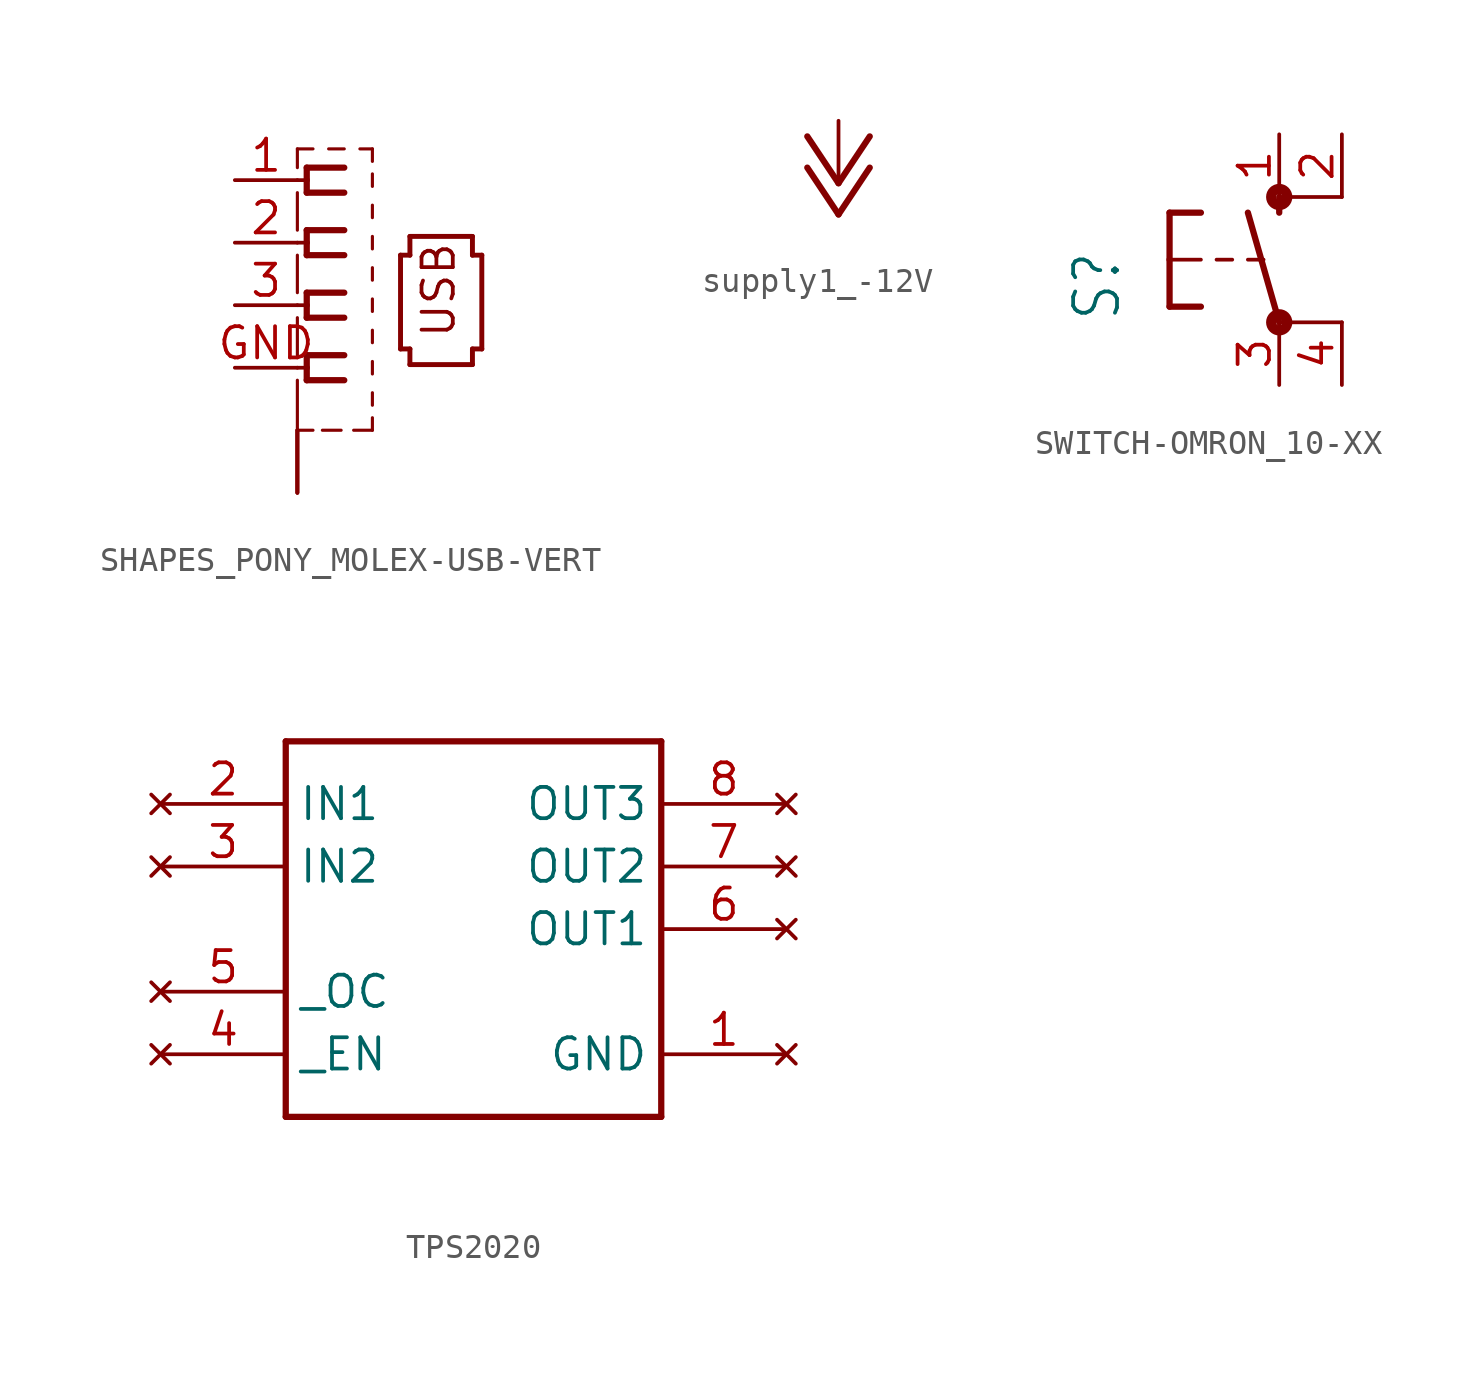
<source format=kicad_sym>
(kicad_symbol_lib
  (version 20231120)
  (generator "kicad_symbol_editor")
  (generator_version "8.0")
  (symbol "SHAPES_PONY_MOLEX-USB-VERT"
    (property "Reference" ""
      (at 1.27 5.588 0)
      (effects (font (size 1.778 1.511)) (justify left bottom) (hide yes)))
    (property "Value" ""
      (at 1.27 -5.842 0)
      (effects (font (size 1.778 1.511)) (justify left bottom)))
    (property "ki_locked" ""
      (at 0 0 0)
      (effects (font (size 1.27 1.27))))
    (symbol "SHAPES_PONY_MOLEX-USB-VERT_1_0"
      (polyline (pts (xy -2.54 -5.08) (xy -1.905 -5.08)) (stroke (width 0.127) (type solid)) (fill (type none)))
      (polyline (pts (xy -2.54 -3.048) (xy -2.54 -5.08)) (stroke (width 0.127) (type solid)) (fill (type none)))
      (polyline (pts (xy -2.54 -2.54) (xy -2.159 -2.54)) (stroke (width 0.152) (type solid)) (fill (type none)))
      (polyline (pts (xy -2.54 -0.508) (xy -2.54 -2.032)) (stroke (width 0.127) (type solid)) (fill (type none)))
      (polyline (pts (xy -2.54 0) (xy -2.159 0)) (stroke (width 0.152) (type solid)) (fill (type none)))
      (polyline (pts (xy -2.54 2.032) (xy -2.54 0.508)) (stroke (width 0.127) (type solid)) (fill (type none)))
      (polyline (pts (xy -2.54 2.54) (xy -2.159 2.54)) (stroke (width 0.152) (type solid)) (fill (type none)))
      (polyline (pts (xy -2.54 4.572) (xy -2.54 3.048)) (stroke (width 0.127) (type solid)) (fill (type none)))
      (polyline (pts (xy -2.54 5.08) (xy -2.159 5.08)) (stroke (width 0.152) (type solid)) (fill (type none)))
      (polyline (pts (xy -2.54 6.35) (xy -2.54 5.588)) (stroke (width 0.127) (type solid)) (fill (type none)))
      (polyline (pts (xy -2.159 -3.048) (xy -0.635 -3.048)) (stroke (width 0.254) (type solid)) (fill (type none)))
      (polyline (pts (xy -2.159 -2.54) (xy -2.159 -3.048)) (stroke (width 0.254) (type solid)) (fill (type none)))
      (polyline (pts (xy -2.159 -2.032) (xy -2.159 -2.54)) (stroke (width 0.254) (type solid)) (fill (type none)))
      (polyline (pts (xy -2.159 -0.508) (xy -0.635 -0.508)) (stroke (width 0.254) (type solid)) (fill (type none)))
      (polyline (pts (xy -2.159 0) (xy -2.159 -0.508)) (stroke (width 0.254) (type solid)) (fill (type none)))
      (polyline (pts (xy -2.159 0.508) (xy -2.159 0)) (stroke (width 0.254) (type solid)) (fill (type none)))
      (polyline (pts (xy -2.159 2.032) (xy -0.635 2.032)) (stroke (width 0.254) (type solid)) (fill (type none)))
      (polyline (pts (xy -2.159 2.54) (xy -2.159 2.032)) (stroke (width 0.254) (type solid)) (fill (type none)))
      (polyline (pts (xy -2.159 3.048) (xy -2.159 2.54)) (stroke (width 0.254) (type solid)) (fill (type none)))
      (polyline (pts (xy -2.159 4.572) (xy -0.635 4.572)) (stroke (width 0.254) (type solid)) (fill (type none)))
      (polyline (pts (xy -2.159 5.08) (xy -2.159 4.572)) (stroke (width 0.254) (type solid)) (fill (type none)))
      (polyline (pts (xy -2.159 5.588) (xy -2.159 5.08)) (stroke (width 0.254) (type solid)) (fill (type none)))
      (polyline (pts (xy -1.905 6.35) (xy -2.54 6.35)) (stroke (width 0.127) (type solid)) (fill (type none)))
      (polyline (pts (xy -1.524 -5.08) (xy -0.762 -5.08)) (stroke (width 0.127) (type solid)) (fill (type none)))
      (polyline (pts (xy -0.635 -2.032) (xy -2.159 -2.032)) (stroke (width 0.254) (type solid)) (fill (type none)))
      (polyline (pts (xy -0.635 0.508) (xy -2.159 0.508)) (stroke (width 0.254) (type solid)) (fill (type none)))
      (polyline (pts (xy -0.635 3.048) (xy -2.159 3.048)) (stroke (width 0.254) (type solid)) (fill (type none)))
      (polyline (pts (xy -0.635 5.588) (xy -2.159 5.588)) (stroke (width 0.254) (type solid)) (fill (type none)))
      (polyline (pts (xy -0.635 6.35) (xy -1.27 6.35)) (stroke (width 0.127) (type solid)) (fill (type none)))
      (polyline (pts (xy -0.254 -5.08) (xy 0.508 -5.08)) (stroke (width 0.127) (type solid)) (fill (type none)))
      (polyline (pts (xy 0.508 -5.08) (xy 0.508 -4.572)) (stroke (width 0.127) (type solid)) (fill (type none)))
      (polyline (pts (xy 0.508 -4.064) (xy 0.508 -3.556)) (stroke (width 0.127) (type solid)) (fill (type none)))
      (polyline (pts (xy 0.508 -2.794) (xy 0.508 -2.286)) (stroke (width 0.127) (type solid)) (fill (type none)))
      (polyline (pts (xy 0.508 -1.524) (xy 0.508 -1.016)) (stroke (width 0.127) (type solid)) (fill (type none)))
      (polyline (pts (xy 0.508 -0.254) (xy 0.508 0.254)) (stroke (width 0.127) (type solid)) (fill (type none)))
      (polyline (pts (xy 0.508 1.016) (xy 0.508 1.524)) (stroke (width 0.127) (type solid)) (fill (type none)))
      (polyline (pts (xy 0.508 2.286) (xy 0.508 2.794)) (stroke (width 0.127) (type solid)) (fill (type none)))
      (polyline (pts (xy 0.508 3.556) (xy 0.508 4.064)) (stroke (width 0.127) (type solid)) (fill (type none)))
      (polyline (pts (xy 0.508 4.826) (xy 0.508 5.334)) (stroke (width 0.127) (type solid)) (fill (type none)))
      (polyline (pts (xy 0.508 5.842) (xy 0.508 6.35)) (stroke (width 0.127) (type solid)) (fill (type none)))
      (polyline (pts (xy 0.508 6.35) (xy 0 6.35)) (stroke (width 0.127) (type solid)) (fill (type none)))
      (polyline (pts (xy 1.651 -1.778) (xy 2.032 -1.778)) (stroke (width 0.2) (type solid)) (fill (type none)))
      (polyline (pts (xy 1.651 2.032) (xy 1.651 -1.778)) (stroke (width 0.2) (type solid)) (fill (type none)))
      (polyline (pts (xy 2.032 -2.413) (xy 4.572 -2.413)) (stroke (width 0.2) (type solid)) (fill (type none)))
      (polyline (pts (xy 2.032 -1.778) (xy 2.032 -2.413)) (stroke (width 0.2) (type solid)) (fill (type none)))
      (polyline (pts (xy 2.032 2.032) (xy 1.651 2.032)) (stroke (width 0.2) (type solid)) (fill (type none)))
      (polyline (pts (xy 2.032 2.794) (xy 2.032 2.032)) (stroke (width 0.2) (type solid)) (fill (type none)))
      (polyline (pts (xy 4.572 -2.413) (xy 4.572 -1.778)) (stroke (width 0.2) (type solid)) (fill (type none)))
      (polyline (pts (xy 4.572 -1.778) (xy 4.953 -1.778)) (stroke (width 0.2) (type solid)) (fill (type none)))
      (polyline (pts (xy 4.572 2.032) (xy 4.572 2.794)) (stroke (width 0.2) (type solid)) (fill (type none)))
      (polyline (pts (xy 4.572 2.794) (xy 2.032 2.794)) (stroke (width 0.2) (type solid)) (fill (type none)))
      (polyline (pts (xy 4.953 -1.778) (xy 4.953 2.032)) (stroke (width 0.2) (type solid)) (fill (type none)))
      (polyline (pts (xy 4.953 2.032) (xy 4.572 2.032)) (stroke (width 0.2) (type solid)) (fill (type none)))
      (text "USB" (at 3.937 -1.397 900) (effects (font (size 1.27 1.27)) (justify left bottom)))
      (pin passive line (at -5.08 5.08 0) (length 2.54) (name "1" (effects (font (size 0 0)))) (number "1" (effects (font (size 1.27 1.27)))))
      (pin passive line (at -5.08 2.54 0) (length 2.54) (name "2" (effects (font (size 0 0)))) (number "2" (effects (font (size 1.27 1.27)))))
      (pin passive line (at -5.08 0 0) (length 2.54) (name "3" (effects (font (size 0 0)))) (number "3" (effects (font (size 1.27 1.27)))))
      (pin passive line (at -5.08 -2.54 0) (length 2.54) (name "GND" (effects (font (size 0 0)))) (number "GND" (effects (font (size 1.27 1.27)))))
      (pin passive line (at -2.54 -7.62 90) (length 2.54) (name "S1" (effects (font (size 0 0)))) (number "M1" (effects (font (size 0 0)))))
      (pin passive line (at -2.54 -7.62 90) (length 2.54) (name "S1" (effects (font (size 0 0)))) (number "M2" (effects (font (size 0 0)))))
      (pin passive line (at -2.54 -7.62 90) (length 2.54) (name "S1" (effects (font (size 0 0)))) (number "M4" (effects (font (size 0 0)))))))
  (symbol "supply1_-12V"
    (power)
    (property "Reference" "#P-"
      (at 0 0 0)
      (effects (font (size 1.27 1.27)) (hide yes)))
    (property "Value" ""
      (at -2.54 -2.54 90)
      (effects (font (size 1.778 1.511)) (justify left bottom)))
    (property "ki_locked" ""
      (at 0 0 0)
      (effects (font (size 1.27 1.27))))
    (symbol "supply1_-12V_1_0"
      (polyline (pts (xy -1.27 0.635) (xy 0 -1.27)) (stroke (width 0.254) (type solid)) (fill (type none)))
      (polyline (pts (xy -1.27 1.905) (xy 0 0)) (stroke (width 0.254) (type solid)) (fill (type none)))
      (polyline (pts (xy 0 -1.27) (xy 1.27 0.635)) (stroke (width 0.254) (type solid)) (fill (type none)))
      (polyline (pts (xy 0 0) (xy 1.27 1.905)) (stroke (width 0.254) (type solid)) (fill (type none)))
      (pin power_in line (at 0 2.54 270) (length 2.54) (name "-12V" (effects (font (size 0 0)))) (number "1" (effects (font (size 0 0)))))))
  (symbol "SWITCH-OMRON_10-XX"
    (property "Reference" "S"
      (at -6.35 -2.54 90)
      (effects (font (size 1.778 1.511)) (justify left bottom)))
    (property "Value" ""
      (at -3.81 3.175 90)
      (effects (font (size 1.778 1.511)) (justify left bottom)))
    (property "ki_locked" ""
      (at 0 0 0)
      (effects (font (size 1.27 1.27))))
    (symbol "SWITCH-OMRON_10-XX_1_0"
      (circle (center 0 -2.54) (radius 0.127) (stroke (width 0.406) (type solid)) (fill (type none)))
      (polyline (pts (xy -4.445 -1.905) (xy -3.175 -1.905)) (stroke (width 0.254) (type solid)) (fill (type none)))
      (polyline (pts (xy -4.445 0) (xy -4.445 -1.905)) (stroke (width 0.254) (type solid)) (fill (type none)))
      (polyline (pts (xy -4.445 0) (xy -3.175 0)) (stroke (width 0.152) (type solid)) (fill (type none)))
      (polyline (pts (xy -4.445 1.905) (xy -4.445 0)) (stroke (width 0.254) (type solid)) (fill (type none)))
      (polyline (pts (xy -4.445 1.905) (xy -3.175 1.905)) (stroke (width 0.254) (type solid)) (fill (type none)))
      (polyline (pts (xy -2.54 0) (xy -1.905 0)) (stroke (width 0.152) (type solid)) (fill (type none)))
      (polyline (pts (xy -1.27 0) (xy -0.635 0)) (stroke (width 0.152) (type solid)) (fill (type none)))
      (polyline (pts (xy 0 -2.54) (xy -1.27 1.905)) (stroke (width 0.254) (type solid)) (fill (type none)))
      (polyline (pts (xy 0 1.905) (xy 0 2.54)) (stroke (width 0.254) (type solid)) (fill (type none)))
      (polyline (pts (xy 2.54 -2.54) (xy 0 -2.54)) (stroke (width 0.152) (type solid)) (fill (type none)))
      (polyline (pts (xy 2.54 2.54) (xy 0 2.54)) (stroke (width 0.152) (type solid)) (fill (type none)))
      (circle (center 0 2.54) (radius 0.127) (stroke (width 0.406) (type solid)) (fill (type none)))
      (pin passive line (at 0 5.08 270) (length 2.54) (name "S" (effects (font (size 0 0)))) (number "1" (effects (font (size 1.27 1.27)))))
      (pin passive line (at 2.54 5.08 270) (length 2.54) (name "S1" (effects (font (size 0 0)))) (number "2" (effects (font (size 1.27 1.27)))))
      (pin passive line (at 0 -5.08 90) (length 2.54) (name "P" (effects (font (size 0 0)))) (number "3" (effects (font (size 1.27 1.27)))))
      (pin passive line (at 2.54 -5.08 90) (length 2.54) (name "P1" (effects (font (size 0 0)))) (number "4" (effects (font (size 1.27 1.27)))))))
  (symbol "TPS2020"
    (property "Reference" ""
      (at -7.62 8.89 0)
      (effects (font (size 1.27 1.079)) (justify left bottom) (hide yes)))
    (property "Value" ""
      (at -7.62 -10.16 0)
      (effects (font (size 1.27 1.079)) (justify left bottom)))
    (property "ki_locked" ""
      (at 0 0 0)
      (effects (font (size 1.27 1.27))))
    (symbol "TPS2020_1_0"
      (polyline (pts (xy -7.62 -7.62) (xy 7.62 -7.62)) (stroke (width 0.254) (type solid)) (fill (type none)))
      (polyline (pts (xy -7.62 7.62) (xy -7.62 -7.62)) (stroke (width 0.254) (type solid)) (fill (type none)))
      (polyline (pts (xy 7.62 -7.62) (xy 7.62 7.62)) (stroke (width 0.254) (type solid)) (fill (type none)))
      (polyline (pts (xy 7.62 7.62) (xy -7.62 7.62)) (stroke (width 0.254) (type solid)) (fill (type none)))
      (pin no_connect line (at 12.7 -5.08 180) (length 5.08) (name "GND" (effects (font (size 1.27 1.27)))) (number "1" (effects (font (size 1.27 1.27)))))
      (pin no_connect line (at -12.7 5.08 0) (length 5.08) (name "IN1" (effects (font (size 1.27 1.27)))) (number "2" (effects (font (size 1.27 1.27)))))
      (pin no_connect line (at -12.7 2.54 0) (length 5.08) (name "IN2" (effects (font (size 1.27 1.27)))) (number "3" (effects (font (size 1.27 1.27)))))
      (pin no_connect line (at -12.7 -5.08 0) (length 5.08) (name "_EN" (effects (font (size 1.27 1.27)))) (number "4" (effects (font (size 1.27 1.27)))))
      (pin no_connect line (at -12.7 -2.54 0) (length 5.08) (name "_OC" (effects (font (size 1.27 1.27)))) (number "5" (effects (font (size 1.27 1.27)))))
      (pin no_connect line (at 12.7 0 180) (length 5.08) (name "OUT1" (effects (font (size 1.27 1.27)))) (number "6" (effects (font (size 1.27 1.27)))))
      (pin no_connect line (at 12.7 2.54 180) (length 5.08) (name "OUT2" (effects (font (size 1.27 1.27)))) (number "7" (effects (font (size 1.27 1.27)))))
      (pin no_connect line (at 12.7 5.08 180) (length 5.08) (name "OUT3" (effects (font (size 1.27 1.27)))) (number "8" (effects (font (size 1.27 1.27))))))))
</source>
